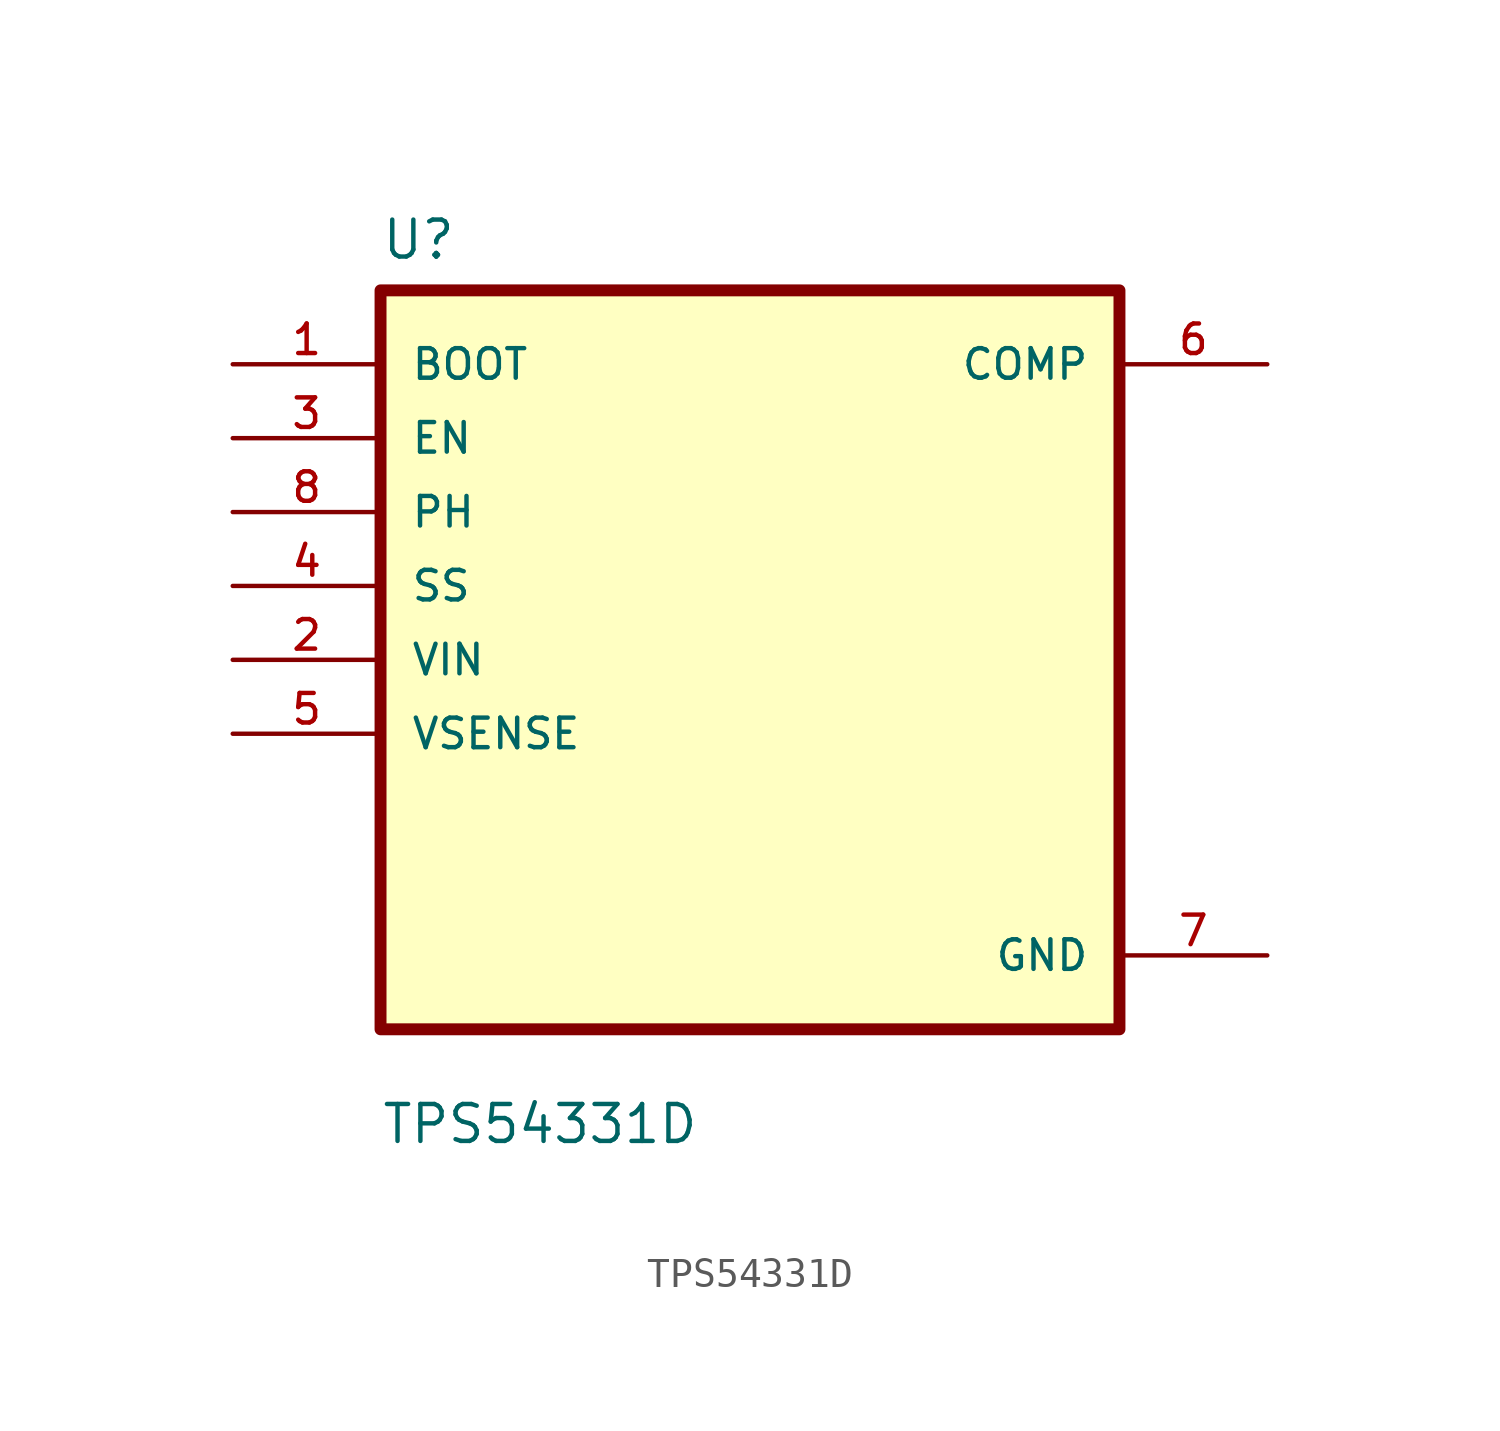
<source format=kicad_sym>
(kicad_symbol_lib
  (version 20220914)
  (generator kicad_symbol_editor)
  (symbol "TPS54331D"
    (pin_names
      (offset 1.016))
    (property "Reference" "U"
      (at -12.7 13.7 0)
      (effects (font (size 1.27 1.27)) (justify left bottom)))
    (property "Value" "TPS54331D"
      (at -12.7 -16.7 0)
      (effects (font (size 1.27 1.27)) (justify left bottom)))
    (symbol "TPS54331D_0_0"
      (rectangle (start -12.7 -12.7) (end 12.7 12.7) (stroke (width 0.41) (type default)) (fill (type background)))
      (pin input line (at -17.78 10.16 0) (length 5.08) (name "BOOT" (effects (font (size 1.016 1.016)))) (number "1" (effects (font (size 1.016 1.016)))))
      (pin input line (at -17.78 0 0) (length 5.08) (name "VIN" (effects (font (size 1.016 1.016)))) (number "2" (effects (font (size 1.016 1.016)))))
      (pin input line (at -17.78 7.62 0) (length 5.08) (name "EN" (effects (font (size 1.016 1.016)))) (number "3" (effects (font (size 1.016 1.016)))))
      (pin input line (at -17.78 2.54 0) (length 5.08) (name "SS" (effects (font (size 1.016 1.016)))) (number "4" (effects (font (size 1.016 1.016)))))
      (pin input line (at -17.78 -2.54 0) (length 5.08) (name "VSENSE" (effects (font (size 1.016 1.016)))) (number "5" (effects (font (size 1.016 1.016)))))
      (pin output line (at 17.78 10.16 180) (length 5.08) (name "COMP" (effects (font (size 1.016 1.016)))) (number "6" (effects (font (size 1.016 1.016)))))
      (pin power_in line (at 17.78 -10.16 180) (length 5.08) (name "GND" (effects (font (size 1.016 1.016)))) (number "7" (effects (font (size 1.016 1.016)))))
      (pin input line (at -17.78 5.08 0) (length 5.08) (name "PH" (effects (font (size 1.016 1.016)))) (number "8" (effects (font (size 1.016 1.016))))))))
</source>
